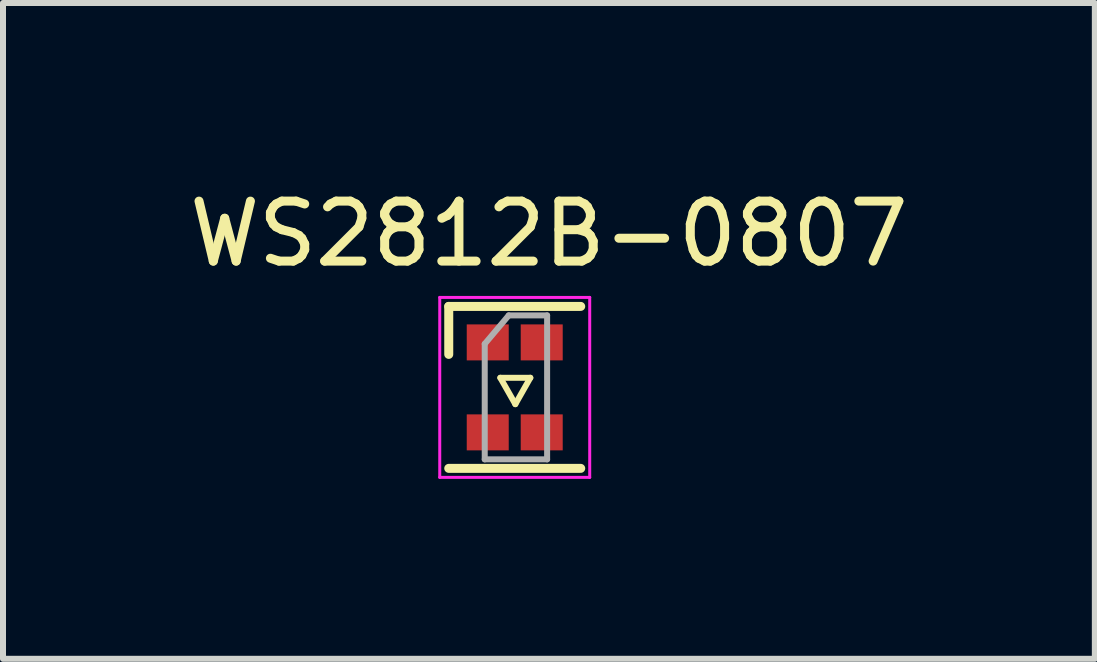
<source format=kicad_pcb>
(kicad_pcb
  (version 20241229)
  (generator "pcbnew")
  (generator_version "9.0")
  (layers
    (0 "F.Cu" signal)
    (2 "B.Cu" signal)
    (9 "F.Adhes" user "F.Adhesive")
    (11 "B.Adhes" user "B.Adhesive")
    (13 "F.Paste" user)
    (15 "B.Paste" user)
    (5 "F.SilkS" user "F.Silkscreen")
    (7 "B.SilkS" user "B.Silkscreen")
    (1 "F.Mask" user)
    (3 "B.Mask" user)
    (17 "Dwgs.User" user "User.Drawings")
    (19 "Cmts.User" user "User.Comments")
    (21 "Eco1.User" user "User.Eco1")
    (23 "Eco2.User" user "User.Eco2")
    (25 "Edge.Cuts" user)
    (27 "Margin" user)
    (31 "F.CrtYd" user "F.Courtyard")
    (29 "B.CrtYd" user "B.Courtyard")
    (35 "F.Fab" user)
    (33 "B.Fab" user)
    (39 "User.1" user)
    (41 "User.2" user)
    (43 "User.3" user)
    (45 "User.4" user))
  (footprint "WS2812B-0807"
    (layer "F.Cu")
    (at 5.531 3.388)
    (property "Reference" "WS2812B-0807" (at 0.57 -2.54 0) (layer "F.SilkS") (effects (font (size 1 1) (thickness 0.15))))
    (attr through_hole)
    (fp_line (start -1.1 -0.53) (end -1.1 -1.33) (stroke (width 0.15) (type solid)) (layer "F.SilkS"))
    (fp_line (start -0.24 -0.14) (end 0.26 -0.14) (stroke (width 0.1) (type solid)) (layer "F.SilkS"))
    (fp_line (start 0.01 0.3) (end -0.24 -0.14) (stroke (width 0.1) (type solid)) (layer "F.SilkS"))
    (fp_line (start 0.26 -0.14) (end 0.01 0.3) (stroke (width 0.1) (type solid)) (layer "F.SilkS"))
    (fp_line (start 1.1 -1.33) (end -1.1 -1.33) (stroke (width 0.15) (type solid)) (layer "F.SilkS"))
    (fp_line (start 1.1 1.37) (end -1.1 1.37) (stroke (width 0.15) (type solid)) (layer "F.SilkS"))
    (fp_line (start -1.25 -1.48) (end -1.25 1.52) (stroke (width 0.05) (type solid)) (layer "F.CrtYd"))
    (fp_line (start -1.25 1.52) (end 1.25 1.52) (stroke (width 0.05) (type solid)) (layer "F.CrtYd"))
    (fp_line (start 1.25 -1.48) (end -1.25 -1.48) (stroke (width 0.05) (type solid)) (layer "F.CrtYd"))
    (fp_line (start 1.25 1.52) (end 1.25 -1.48) (stroke (width 0.05) (type solid)) (layer "F.CrtYd"))
    (fp_line (start -0.5 -0.705) (end -0.1 -1.18) (stroke (width 0.1) (type solid)) (layer "F.Fab"))
    (fp_line (start -0.5 1.22) (end -0.5 -0.705) (stroke (width 0.1) (type solid)) (layer "F.Fab"))
    (fp_line (start -0.1 -1.18) (end 0.54 -1.18) (stroke (width 0.1) (type solid)) (layer "F.Fab"))
    (fp_line (start 0.54 -1.18) (end 0.54 1.22) (stroke (width 0.1) (type solid)) (layer "F.Fab"))
    (fp_line (start 0.54 1.22) (end -0.5 1.22) (stroke (width 0.1) (type solid)) (layer "F.Fab"))
    (pad "1" smd rect (at -0.45 -0.73 180) (size 0.7 0.6) (layers "F.Cu" "F.Mask" "F.Paste"))
    (pad "2" smd rect (at -0.45 0.77 180) (size 0.7 0.6) (layers "F.Cu" "F.Mask" "F.Paste"))
    (pad "3" smd rect (at 0.45 0.77 180) (size 0.7 0.6) (layers "F.Cu" "F.Mask" "F.Paste"))
    (pad "4" smd rect (at 0.45 -0.73 180) (size 0.7 0.6) (layers "F.Cu" "F.Mask" "F.Paste")))
  (gr_rect
    (start -3 -3)
    (end 15.202 7.933)
    (stroke (width 0.1) (type default))
    (fill no)
    (layer "Edge.Cuts")))
</source>
